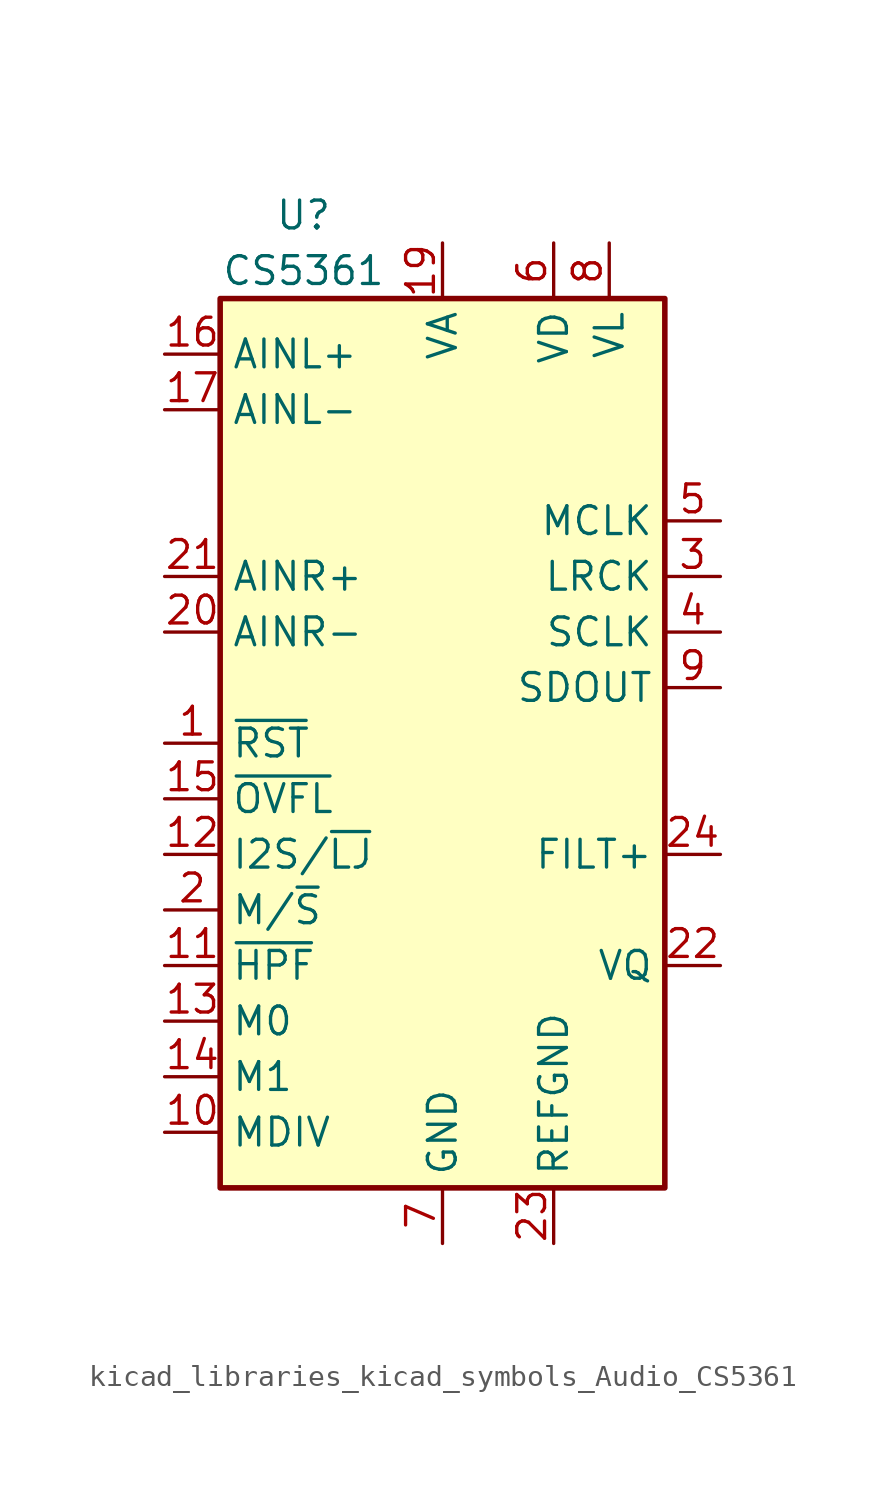
<source format=kicad_sym>
(kicad_symbol_lib
  (version 20220914)
  (generator kicad_symbol_editor)
  (symbol "kicad_libraries_kicad_symbols_Audio_CS5361"
    (property "Reference" "U"
      (at -6.35 24.13 0)
      (effects (font (size 1.27 1.27))))
    (property "Value" "CS5361"
      (at -6.35 21.59 0)
      (effects (font (size 1.27 1.27))))
    (symbol "kicad_libraries_kicad_symbols_Audio_CS5361_0_1"
      (rectangle (start -10.16 20.32) (end 10.16 -20.32) (stroke (width 0.254) (type default)) (fill (type background))))
    (symbol "kicad_libraries_kicad_symbols_Audio_CS5361_1_1"
      (pin input line (at -12.7 0 0) (length 2.54) (name "~{RST}" (effects (font (size 1.27 1.27)))) (number "1" (effects (font (size 1.27 1.27)))))
      (pin input line (at -12.7 -17.78 0) (length 2.54) (name "MDIV" (effects (font (size 1.27 1.27)))) (number "10" (effects (font (size 1.27 1.27)))))
      (pin input line (at -12.7 -10.16 0) (length 2.54) (name "~{HPF}" (effects (font (size 1.27 1.27)))) (number "11" (effects (font (size 1.27 1.27)))))
      (pin input line (at -12.7 -5.08 0) (length 2.54) (name "I2S/~{LJ}" (effects (font (size 1.27 1.27)))) (number "12" (effects (font (size 1.27 1.27)))))
      (pin input line (at -12.7 -12.7 0) (length 2.54) (name "M0" (effects (font (size 1.27 1.27)))) (number "13" (effects (font (size 1.27 1.27)))))
      (pin input line (at -12.7 -15.24 0) (length 2.54) (name "M1" (effects (font (size 1.27 1.27)))) (number "14" (effects (font (size 1.27 1.27)))))
      (pin input line (at -12.7 -2.54 0) (length 2.54) (name "~{OVFL}" (effects (font (size 1.27 1.27)))) (number "15" (effects (font (size 1.27 1.27)))))
      (pin input line (at -12.7 17.78 0) (length 2.54) (name "AINL+" (effects (font (size 1.27 1.27)))) (number "16" (effects (font (size 1.27 1.27)))))
      (pin input line (at -12.7 15.24 0) (length 2.54) (name "AINL-" (effects (font (size 1.27 1.27)))) (number "17" (effects (font (size 1.27 1.27)))))
      (pin passive line (at 0 -22.86 90) (length 2.54) hide (name "GND" (effects (font (size 1.27 1.27)))) (number "18" (effects (font (size 1.27 1.27)))))
      (pin power_in line (at 0 22.86 270) (length 2.54) (name "VA" (effects (font (size 1.27 1.27)))) (number "19" (effects (font (size 1.27 1.27)))))
      (pin input line (at -12.7 -7.62 0) (length 2.54) (name "M/~{S}" (effects (font (size 1.27 1.27)))) (number "2" (effects (font (size 1.27 1.27)))))
      (pin input line (at -12.7 5.08 0) (length 2.54) (name "AINR-" (effects (font (size 1.27 1.27)))) (number "20" (effects (font (size 1.27 1.27)))))
      (pin input line (at -12.7 7.62 0) (length 2.54) (name "AINR+" (effects (font (size 1.27 1.27)))) (number "21" (effects (font (size 1.27 1.27)))))
      (pin power_out line (at 12.7 -10.16 180) (length 2.54) (name "VQ" (effects (font (size 1.27 1.27)))) (number "22" (effects (font (size 1.27 1.27)))))
      (pin power_in line (at 5.08 -22.86 90) (length 2.54) (name "REFGND" (effects (font (size 1.27 1.27)))) (number "23" (effects (font (size 1.27 1.27)))))
      (pin power_out line (at 12.7 -5.08 180) (length 2.54) (name "FILT+" (effects (font (size 1.27 1.27)))) (number "24" (effects (font (size 1.27 1.27)))))
      (pin bidirectional line (at 12.7 7.62 180) (length 2.54) (name "LRCK" (effects (font (size 1.27 1.27)))) (number "3" (effects (font (size 1.27 1.27)))))
      (pin bidirectional line (at 12.7 5.08 180) (length 2.54) (name "SCLK" (effects (font (size 1.27 1.27)))) (number "4" (effects (font (size 1.27 1.27)))))
      (pin input line (at 12.7 10.16 180) (length 2.54) (name "MCLK" (effects (font (size 1.27 1.27)))) (number "5" (effects (font (size 1.27 1.27)))))
      (pin power_in line (at 5.08 22.86 270) (length 2.54) (name "VD" (effects (font (size 1.27 1.27)))) (number "6" (effects (font (size 1.27 1.27)))))
      (pin power_in line (at 0 -22.86 90) (length 2.54) (name "GND" (effects (font (size 1.27 1.27)))) (number "7" (effects (font (size 1.27 1.27)))))
      (pin power_in line (at 7.62 22.86 270) (length 2.54) (name "VL" (effects (font (size 1.27 1.27)))) (number "8" (effects (font (size 1.27 1.27)))))
      (pin output line (at 12.7 2.54 180) (length 2.54) (name "SDOUT" (effects (font (size 1.27 1.27)))) (number "9" (effects (font (size 1.27 1.27))))))))
</source>
